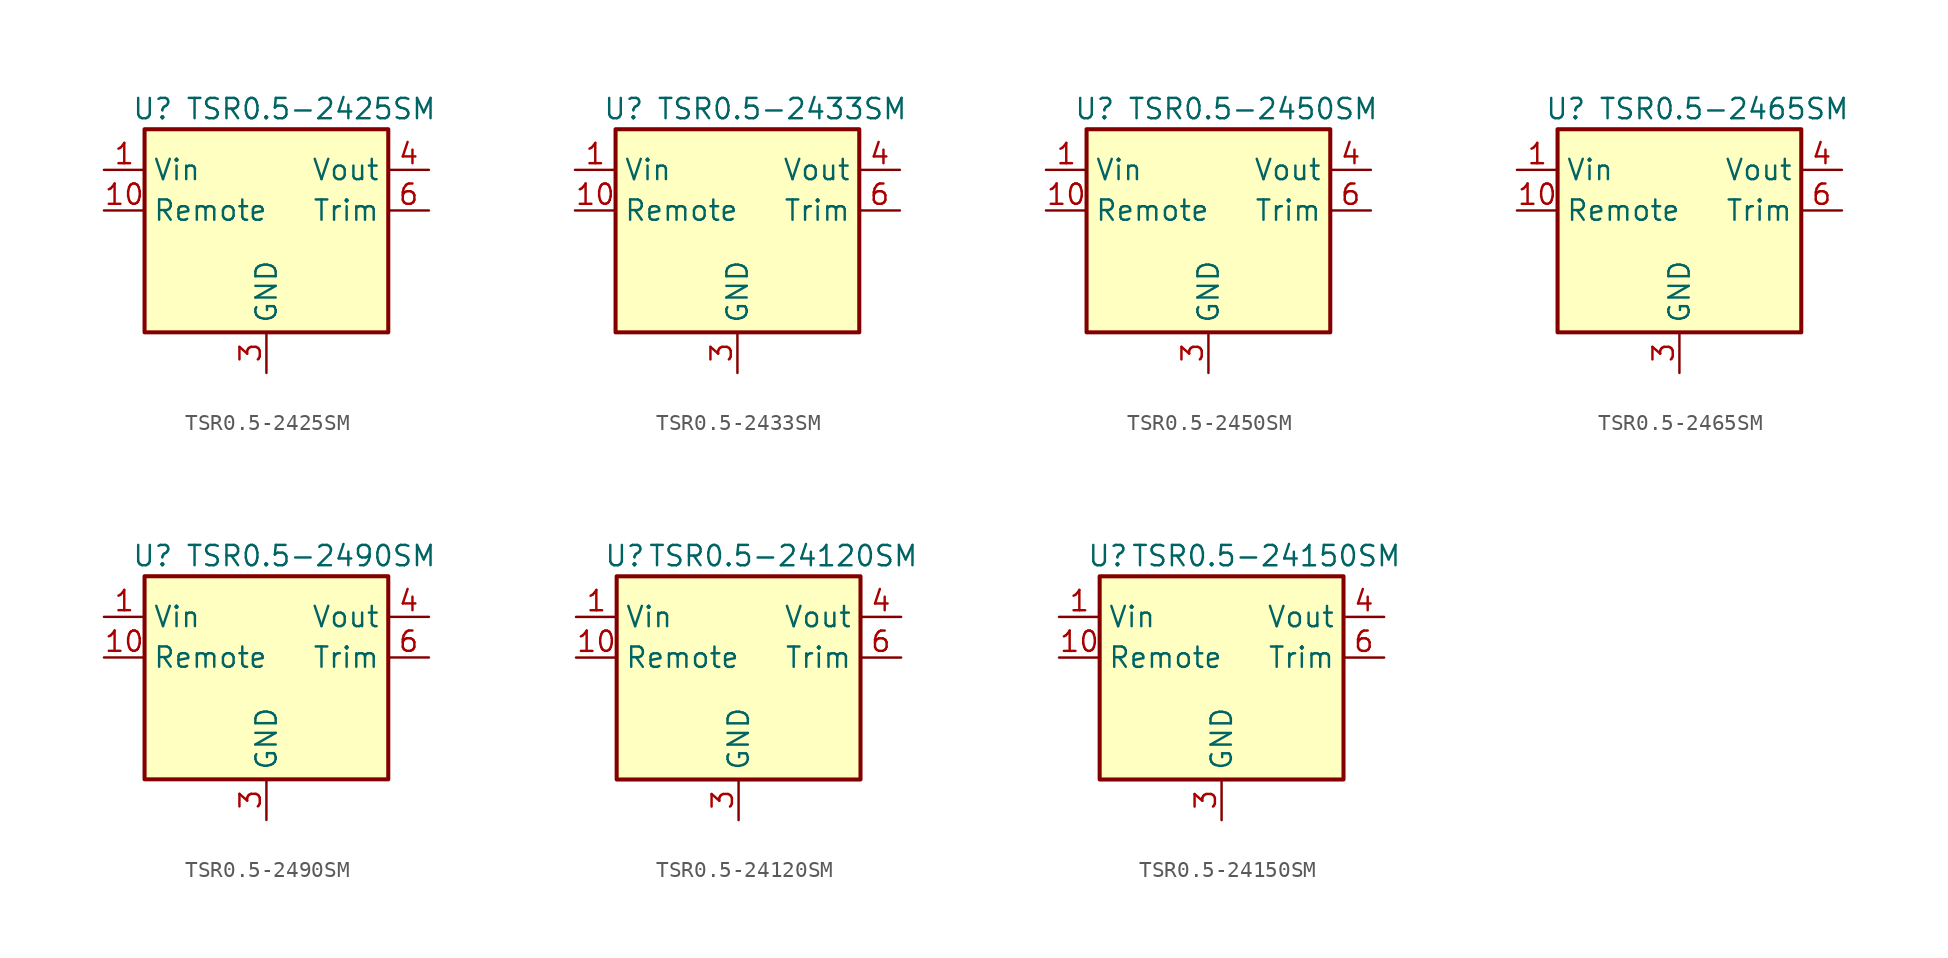
<source format=kicad_sym>
(kicad_symbol_lib
  (version 20241209)
  (generator "kicad_symbol_editor")
  (generator_version "9.0")
  (symbol "TSR0.5-2425SM"
    (property "Reference" "U"
      (at -7.112 6.35 0)
      (effects (font (size 1.27 1.27))))
    (property "Value" "TSR0.5-2425SM"
      (at 2.794 6.35 0)
      (effects (font (size 1.27 1.27))))
    (symbol "TSR0.5-2425SM_0_1"
      (rectangle (start -7.62 5.08) (end 7.62 -7.62) (stroke (width 0.254) (type default)) (fill (type background))))
    (symbol "TSR0.5-2425SM_1_1"
      (pin power_in line (at -10.16 2.54 0) (length 2.54) (name "Vin" (effects (font (size 1.27 1.27)))) (number "1" (effects (font (size 1.27 1.27)))))
      (pin passive line (at -10.16 2.54 0) (length 2.54) (hide yes) (name "Vin" (effects (font (size 1.27 1.27)))) (number "2" (effects (font (size 1.27 1.27)))))
      (pin input line (at -10.16 0 0) (length 2.54) (name "Remote" (effects (font (size 1.27 1.27)))) (number "10" (effects (font (size 1.27 1.27)))))
      (pin power_in line (at 0 -10.16 90) (length 2.54) (name "GND" (effects (font (size 1.27 1.27)))) (number "3" (effects (font (size 1.27 1.27)))))
      (pin passive line (at 0 -10.16 90) (length 2.54) (hide yes) (name "GND" (effects (font (size 1.27 1.27)))) (number "7" (effects (font (size 1.27 1.27)))))
      (pin passive line (at 0 -10.16 90) (length 2.54) (hide yes) (name "GND" (effects (font (size 1.27 1.27)))) (number "8" (effects (font (size 1.27 1.27)))))
      (pin passive line (at 0 -10.16 90) (length 2.54) (hide yes) (name "GND" (effects (font (size 1.27 1.27)))) (number "9" (effects (font (size 1.27 1.27)))))
      (pin power_out line (at 10.16 2.54 180) (length 2.54) (name "Vout" (effects (font (size 1.27 1.27)))) (number "4" (effects (font (size 1.27 1.27)))))
      (pin passive line (at 10.16 2.54 180) (length 2.54) (hide yes) (name "Vout" (effects (font (size 1.27 1.27)))) (number "5" (effects (font (size 1.27 1.27)))))
      (pin passive line (at 10.16 0 180) (length 2.54) (name "Trim" (effects (font (size 1.27 1.27)))) (number "6" (effects (font (size 1.27 1.27)))))))
  (symbol "TSR0.5-2433SM"
    (property "Reference" "U"
      (at -7.112 6.35 0)
      (effects (font (size 1.27 1.27))))
    (property "Value" "TSR0.5-2433SM"
      (at 2.794 6.35 0)
      (effects (font (size 1.27 1.27))))
    (symbol "TSR0.5-2433SM_0_1"
      (rectangle (start -7.62 5.08) (end 7.62 -7.62) (stroke (width 0.254) (type default)) (fill (type background))))
    (symbol "TSR0.5-2433SM_1_1"
      (pin power_in line (at -10.16 2.54 0) (length 2.54) (name "Vin" (effects (font (size 1.27 1.27)))) (number "1" (effects (font (size 1.27 1.27)))))
      (pin passive line (at -10.16 2.54 0) (length 2.54) (hide yes) (name "Vin" (effects (font (size 1.27 1.27)))) (number "2" (effects (font (size 1.27 1.27)))))
      (pin input line (at -10.16 0 0) (length 2.54) (name "Remote" (effects (font (size 1.27 1.27)))) (number "10" (effects (font (size 1.27 1.27)))))
      (pin power_in line (at 0 -10.16 90) (length 2.54) (name "GND" (effects (font (size 1.27 1.27)))) (number "3" (effects (font (size 1.27 1.27)))))
      (pin passive line (at 0 -10.16 90) (length 2.54) (hide yes) (name "GND" (effects (font (size 1.27 1.27)))) (number "7" (effects (font (size 1.27 1.27)))))
      (pin passive line (at 0 -10.16 90) (length 2.54) (hide yes) (name "GND" (effects (font (size 1.27 1.27)))) (number "8" (effects (font (size 1.27 1.27)))))
      (pin passive line (at 0 -10.16 90) (length 2.54) (hide yes) (name "GND" (effects (font (size 1.27 1.27)))) (number "9" (effects (font (size 1.27 1.27)))))
      (pin power_out line (at 10.16 2.54 180) (length 2.54) (name "Vout" (effects (font (size 1.27 1.27)))) (number "4" (effects (font (size 1.27 1.27)))))
      (pin passive line (at 10.16 2.54 180) (length 2.54) (hide yes) (name "Vout" (effects (font (size 1.27 1.27)))) (number "5" (effects (font (size 1.27 1.27)))))
      (pin passive line (at 10.16 0 180) (length 2.54) (name "Trim" (effects (font (size 1.27 1.27)))) (number "6" (effects (font (size 1.27 1.27)))))))
  (symbol "TSR0.5-2450SM"
    (property "Reference" "U"
      (at -7.112 6.35 0)
      (effects (font (size 1.27 1.27))))
    (property "Value" "TSR0.5-2450SM"
      (at 2.794 6.35 0)
      (effects (font (size 1.27 1.27))))
    (symbol "TSR0.5-2450SM_0_1"
      (rectangle (start -7.62 5.08) (end 7.62 -7.62) (stroke (width 0.254) (type default)) (fill (type background))))
    (symbol "TSR0.5-2450SM_1_1"
      (pin power_in line (at -10.16 2.54 0) (length 2.54) (name "Vin" (effects (font (size 1.27 1.27)))) (number "1" (effects (font (size 1.27 1.27)))))
      (pin passive line (at -10.16 2.54 0) (length 2.54) (hide yes) (name "Vin" (effects (font (size 1.27 1.27)))) (number "2" (effects (font (size 1.27 1.27)))))
      (pin input line (at -10.16 0 0) (length 2.54) (name "Remote" (effects (font (size 1.27 1.27)))) (number "10" (effects (font (size 1.27 1.27)))))
      (pin power_in line (at 0 -10.16 90) (length 2.54) (name "GND" (effects (font (size 1.27 1.27)))) (number "3" (effects (font (size 1.27 1.27)))))
      (pin passive line (at 0 -10.16 90) (length 2.54) (hide yes) (name "GND" (effects (font (size 1.27 1.27)))) (number "7" (effects (font (size 1.27 1.27)))))
      (pin passive line (at 0 -10.16 90) (length 2.54) (hide yes) (name "GND" (effects (font (size 1.27 1.27)))) (number "8" (effects (font (size 1.27 1.27)))))
      (pin passive line (at 0 -10.16 90) (length 2.54) (hide yes) (name "GND" (effects (font (size 1.27 1.27)))) (number "9" (effects (font (size 1.27 1.27)))))
      (pin power_out line (at 10.16 2.54 180) (length 2.54) (name "Vout" (effects (font (size 1.27 1.27)))) (number "4" (effects (font (size 1.27 1.27)))))
      (pin passive line (at 10.16 2.54 180) (length 2.54) (hide yes) (name "Vout" (effects (font (size 1.27 1.27)))) (number "5" (effects (font (size 1.27 1.27)))))
      (pin passive line (at 10.16 0 180) (length 2.54) (name "Trim" (effects (font (size 1.27 1.27)))) (number "6" (effects (font (size 1.27 1.27)))))))
  (symbol "TSR0.5-2465SM"
    (property "Reference" "U"
      (at -7.112 6.35 0)
      (effects (font (size 1.27 1.27))))
    (property "Value" "TSR0.5-2465SM"
      (at 2.794 6.35 0)
      (effects (font (size 1.27 1.27))))
    (symbol "TSR0.5-2465SM_0_1"
      (rectangle (start -7.62 5.08) (end 7.62 -7.62) (stroke (width 0.254) (type default)) (fill (type background))))
    (symbol "TSR0.5-2465SM_1_1"
      (pin power_in line (at -10.16 2.54 0) (length 2.54) (name "Vin" (effects (font (size 1.27 1.27)))) (number "1" (effects (font (size 1.27 1.27)))))
      (pin passive line (at -10.16 2.54 0) (length 2.54) (hide yes) (name "Vin" (effects (font (size 1.27 1.27)))) (number "2" (effects (font (size 1.27 1.27)))))
      (pin input line (at -10.16 0 0) (length 2.54) (name "Remote" (effects (font (size 1.27 1.27)))) (number "10" (effects (font (size 1.27 1.27)))))
      (pin power_in line (at 0 -10.16 90) (length 2.54) (name "GND" (effects (font (size 1.27 1.27)))) (number "3" (effects (font (size 1.27 1.27)))))
      (pin passive line (at 0 -10.16 90) (length 2.54) (hide yes) (name "GND" (effects (font (size 1.27 1.27)))) (number "7" (effects (font (size 1.27 1.27)))))
      (pin passive line (at 0 -10.16 90) (length 2.54) (hide yes) (name "GND" (effects (font (size 1.27 1.27)))) (number "8" (effects (font (size 1.27 1.27)))))
      (pin passive line (at 0 -10.16 90) (length 2.54) (hide yes) (name "GND" (effects (font (size 1.27 1.27)))) (number "9" (effects (font (size 1.27 1.27)))))
      (pin power_out line (at 10.16 2.54 180) (length 2.54) (name "Vout" (effects (font (size 1.27 1.27)))) (number "4" (effects (font (size 1.27 1.27)))))
      (pin passive line (at 10.16 2.54 180) (length 2.54) (hide yes) (name "Vout" (effects (font (size 1.27 1.27)))) (number "5" (effects (font (size 1.27 1.27)))))
      (pin passive line (at 10.16 0 180) (length 2.54) (name "Trim" (effects (font (size 1.27 1.27)))) (number "6" (effects (font (size 1.27 1.27)))))))
  (symbol "TSR0.5-2490SM"
    (property "Reference" "U"
      (at -7.112 6.35 0)
      (effects (font (size 1.27 1.27))))
    (property "Value" "TSR0.5-2490SM"
      (at 2.794 6.35 0)
      (effects (font (size 1.27 1.27))))
    (symbol "TSR0.5-2490SM_0_1"
      (rectangle (start -7.62 5.08) (end 7.62 -7.62) (stroke (width 0.254) (type default)) (fill (type background))))
    (symbol "TSR0.5-2490SM_1_1"
      (pin power_in line (at -10.16 2.54 0) (length 2.54) (name "Vin" (effects (font (size 1.27 1.27)))) (number "1" (effects (font (size 1.27 1.27)))))
      (pin passive line (at -10.16 2.54 0) (length 2.54) (hide yes) (name "Vin" (effects (font (size 1.27 1.27)))) (number "2" (effects (font (size 1.27 1.27)))))
      (pin input line (at -10.16 0 0) (length 2.54) (name "Remote" (effects (font (size 1.27 1.27)))) (number "10" (effects (font (size 1.27 1.27)))))
      (pin power_in line (at 0 -10.16 90) (length 2.54) (name "GND" (effects (font (size 1.27 1.27)))) (number "3" (effects (font (size 1.27 1.27)))))
      (pin passive line (at 0 -10.16 90) (length 2.54) (hide yes) (name "GND" (effects (font (size 1.27 1.27)))) (number "7" (effects (font (size 1.27 1.27)))))
      (pin passive line (at 0 -10.16 90) (length 2.54) (hide yes) (name "GND" (effects (font (size 1.27 1.27)))) (number "8" (effects (font (size 1.27 1.27)))))
      (pin passive line (at 0 -10.16 90) (length 2.54) (hide yes) (name "GND" (effects (font (size 1.27 1.27)))) (number "9" (effects (font (size 1.27 1.27)))))
      (pin power_out line (at 10.16 2.54 180) (length 2.54) (name "Vout" (effects (font (size 1.27 1.27)))) (number "4" (effects (font (size 1.27 1.27)))))
      (pin passive line (at 10.16 2.54 180) (length 2.54) (hide yes) (name "Vout" (effects (font (size 1.27 1.27)))) (number "5" (effects (font (size 1.27 1.27)))))
      (pin passive line (at 10.16 0 180) (length 2.54) (name "Trim" (effects (font (size 1.27 1.27)))) (number "6" (effects (font (size 1.27 1.27)))))))
  (symbol "TSR0.5-24120SM"
    (property "Reference" "U"
      (at -7.112 6.35 0)
      (effects (font (size 1.27 1.27))))
    (property "Value" "TSR0.5-24120SM"
      (at 2.794 6.35 0)
      (effects (font (size 1.27 1.27))))
    (symbol "TSR0.5-24120SM_0_1"
      (rectangle (start -7.62 5.08) (end 7.62 -7.62) (stroke (width 0.254) (type default)) (fill (type background))))
    (symbol "TSR0.5-24120SM_1_1"
      (pin power_in line (at -10.16 2.54 0) (length 2.54) (name "Vin" (effects (font (size 1.27 1.27)))) (number "1" (effects (font (size 1.27 1.27)))))
      (pin passive line (at -10.16 2.54 0) (length 2.54) (hide yes) (name "Vin" (effects (font (size 1.27 1.27)))) (number "2" (effects (font (size 1.27 1.27)))))
      (pin input line (at -10.16 0 0) (length 2.54) (name "Remote" (effects (font (size 1.27 1.27)))) (number "10" (effects (font (size 1.27 1.27)))))
      (pin power_in line (at 0 -10.16 90) (length 2.54) (name "GND" (effects (font (size 1.27 1.27)))) (number "3" (effects (font (size 1.27 1.27)))))
      (pin passive line (at 0 -10.16 90) (length 2.54) (hide yes) (name "GND" (effects (font (size 1.27 1.27)))) (number "7" (effects (font (size 1.27 1.27)))))
      (pin passive line (at 0 -10.16 90) (length 2.54) (hide yes) (name "GND" (effects (font (size 1.27 1.27)))) (number "8" (effects (font (size 1.27 1.27)))))
      (pin passive line (at 0 -10.16 90) (length 2.54) (hide yes) (name "GND" (effects (font (size 1.27 1.27)))) (number "9" (effects (font (size 1.27 1.27)))))
      (pin power_out line (at 10.16 2.54 180) (length 2.54) (name "Vout" (effects (font (size 1.27 1.27)))) (number "4" (effects (font (size 1.27 1.27)))))
      (pin passive line (at 10.16 2.54 180) (length 2.54) (hide yes) (name "Vout" (effects (font (size 1.27 1.27)))) (number "5" (effects (font (size 1.27 1.27)))))
      (pin passive line (at 10.16 0 180) (length 2.54) (name "Trim" (effects (font (size 1.27 1.27)))) (number "6" (effects (font (size 1.27 1.27)))))))
  (symbol "TSR0.5-24150SM"
    (property "Reference" "U"
      (at -7.112 6.35 0)
      (effects (font (size 1.27 1.27))))
    (property "Value" "TSR0.5-24150SM"
      (at 2.794 6.35 0)
      (effects (font (size 1.27 1.27))))
    (symbol "TSR0.5-24150SM_0_1"
      (rectangle (start -7.62 5.08) (end 7.62 -7.62) (stroke (width 0.254) (type default)) (fill (type background))))
    (symbol "TSR0.5-24150SM_1_1"
      (pin power_in line (at -10.16 2.54 0) (length 2.54) (name "Vin" (effects (font (size 1.27 1.27)))) (number "1" (effects (font (size 1.27 1.27)))))
      (pin passive line (at -10.16 2.54 0) (length 2.54) (hide yes) (name "Vin" (effects (font (size 1.27 1.27)))) (number "2" (effects (font (size 1.27 1.27)))))
      (pin input line (at -10.16 0 0) (length 2.54) (name "Remote" (effects (font (size 1.27 1.27)))) (number "10" (effects (font (size 1.27 1.27)))))
      (pin power_in line (at 0 -10.16 90) (length 2.54) (name "GND" (effects (font (size 1.27 1.27)))) (number "3" (effects (font (size 1.27 1.27)))))
      (pin passive line (at 0 -10.16 90) (length 2.54) (hide yes) (name "GND" (effects (font (size 1.27 1.27)))) (number "7" (effects (font (size 1.27 1.27)))))
      (pin passive line (at 0 -10.16 90) (length 2.54) (hide yes) (name "GND" (effects (font (size 1.27 1.27)))) (number "8" (effects (font (size 1.27 1.27)))))
      (pin passive line (at 0 -10.16 90) (length 2.54) (hide yes) (name "GND" (effects (font (size 1.27 1.27)))) (number "9" (effects (font (size 1.27 1.27)))))
      (pin power_out line (at 10.16 2.54 180) (length 2.54) (name "Vout" (effects (font (size 1.27 1.27)))) (number "4" (effects (font (size 1.27 1.27)))))
      (pin passive line (at 10.16 2.54 180) (length 2.54) (hide yes) (name "Vout" (effects (font (size 1.27 1.27)))) (number "5" (effects (font (size 1.27 1.27)))))
      (pin passive line (at 10.16 0 180) (length 2.54) (name "Trim" (effects (font (size 1.27 1.27)))) (number "6" (effects (font (size 1.27 1.27))))))))
</source>
